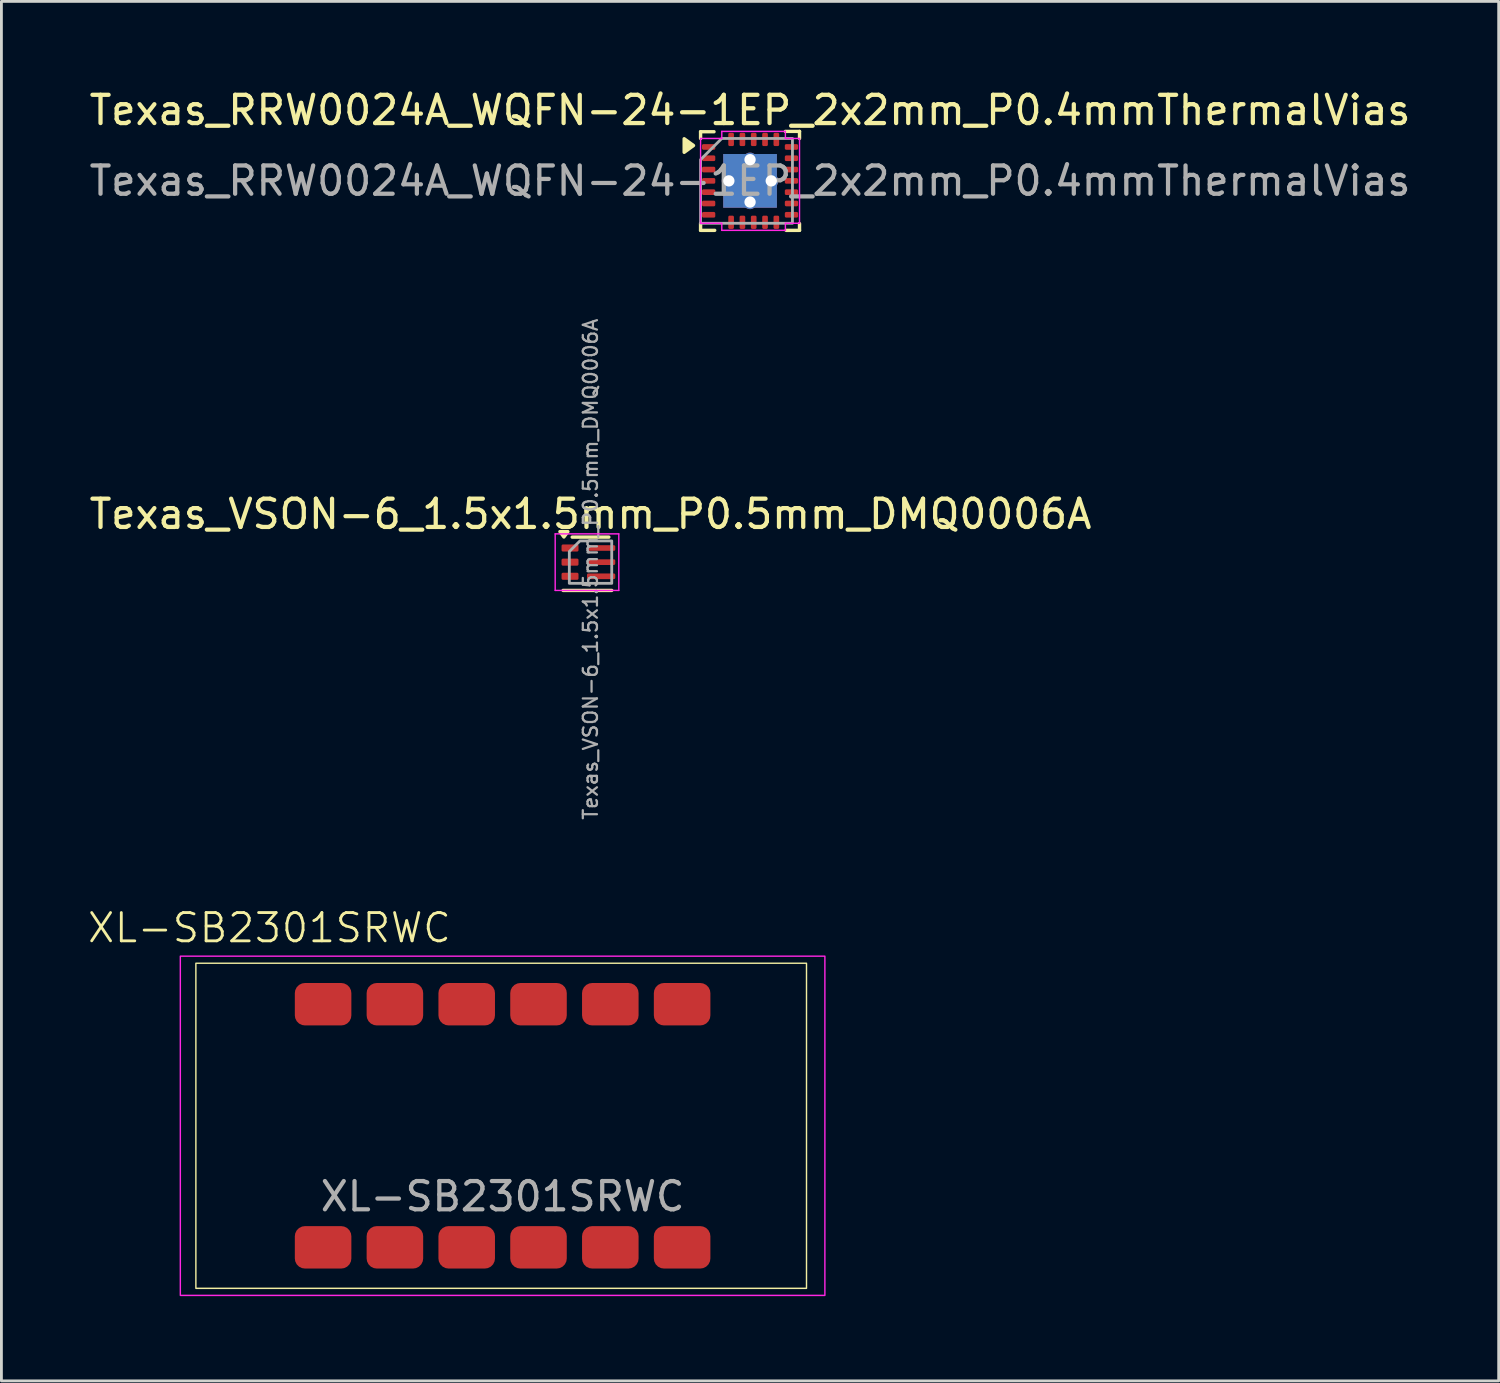
<source format=kicad_pcb>
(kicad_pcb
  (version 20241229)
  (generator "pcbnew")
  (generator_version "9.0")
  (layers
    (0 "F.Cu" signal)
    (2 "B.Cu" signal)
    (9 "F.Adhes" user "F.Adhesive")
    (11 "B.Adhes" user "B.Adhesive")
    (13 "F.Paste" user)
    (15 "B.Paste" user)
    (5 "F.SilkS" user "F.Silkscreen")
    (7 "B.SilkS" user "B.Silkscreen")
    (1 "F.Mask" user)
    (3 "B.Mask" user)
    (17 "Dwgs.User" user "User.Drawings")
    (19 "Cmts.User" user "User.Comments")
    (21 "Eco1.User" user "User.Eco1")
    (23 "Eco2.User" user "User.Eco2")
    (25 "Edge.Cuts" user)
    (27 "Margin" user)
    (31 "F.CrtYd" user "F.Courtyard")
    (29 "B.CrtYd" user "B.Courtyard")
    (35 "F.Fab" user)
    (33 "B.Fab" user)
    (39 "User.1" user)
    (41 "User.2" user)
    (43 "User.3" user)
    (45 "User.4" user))
  (footprint "Texas_RRW0024A_WQFN-24-1EP_2x2mm_P0.4mmThermalVias"
    (layer "F.Cu")
    (at 23.482 3.348)
    (property "Reference" "Texas_RRW0024A_WQFN-24-1EP_2x2mm_P0.4mmThermalVias" (at 0 -2.5 0) (layer "F.SilkS") (effects (font (size 1 1) (thickness 0.15))))
    (attr smd)
    (fp_line (start -1.75 -1.738) (end -1.275 -1.738) (stroke (width 0.12) (type solid)) (layer "F.SilkS"))
    (fp_line (start -1.75 -1.5) (end -1.75 -1.738) (stroke (width 0.12) (type solid)) (layer "F.SilkS"))
    (fp_line (start -1.75 1.75) (end -1.75 1.5) (stroke (width 0.12) (type solid)) (layer "F.SilkS"))
    (fp_line (start -1.25 1.75) (end -1.75 1.75) (stroke (width 0.12) (type solid)) (layer "F.SilkS"))
    (fp_line (start 1.25 -1.75) (end 1.75 -1.75) (stroke (width 0.12) (type solid)) (layer "F.SilkS"))
    (fp_line (start 1.75 -1.75) (end 1.75 -1.5) (stroke (width 0.12) (type solid)) (layer "F.SilkS"))
    (fp_line (start 1.75 1.512) (end 1.75 1.75) (stroke (width 0.12) (type solid)) (layer "F.SilkS"))
    (fp_line (start 1.75 1.75) (end 1.275 1.75) (stroke (width 0.12) (type solid)) (layer "F.SilkS"))
    (fp_poly (pts (xy -2 -1.25) (xy -2.33 -1.01) (xy -2.33 -1.49)) (stroke (width 0.12) (type solid)) (fill yes) (layer "F.SilkS"))
    (fp_line (start -1.75 -1.5) (end -1 -1.5) (stroke (width 0.05) (type default)) (layer "F.CrtYd"))
    (fp_line (start -1.75 1.5) (end -1.75 -1.5) (stroke (width 0.05) (type default)) (layer "F.CrtYd"))
    (fp_line (start -1 -1.75) (end 1.25 -1.75) (stroke (width 0.05) (type default)) (layer "F.CrtYd"))
    (fp_line (start -1 -1.5) (end -1 -1.75) (stroke (width 0.05) (type default)) (layer "F.CrtYd"))
    (fp_line (start -1 1.5) (end -1.75 1.5) (stroke (width 0.05) (type default)) (layer "F.CrtYd"))
    (fp_line (start -1 1.75) (end -1 1.5) (stroke (width 0.05) (type default)) (layer "F.CrtYd"))
    (fp_line (start 1.25 -1.75) (end 1.25 -1.5) (stroke (width 0.05) (type default)) (layer "F.CrtYd"))
    (fp_line (start 1.25 -1.5) (end 1.75 -1.5) (stroke (width 0.05) (type default)) (layer "F.CrtYd"))
    (fp_line (start 1.25 1.5) (end 1.25 1.75) (stroke (width 0.05) (type default)) (layer "F.CrtYd"))
    (fp_line (start 1.25 1.75) (end -1 1.75) (stroke (width 0.05) (type default)) (layer "F.CrtYd"))
    (fp_line (start 1.75 -1.5) (end 1.75 1.5) (stroke (width 0.05) (type default)) (layer "F.CrtYd"))
    (fp_line (start 1.75 1.5) (end 1.25 1.5) (stroke (width 0.05) (type default)) (layer "F.CrtYd"))
    (fp_poly (pts (xy -1.75 -0.75) (xy -1.75 1.5) (xy 1.5 1.5) (xy 1.5 -1.5) (xy -1 -1.5)) (stroke (width 0.1) (type solid)) (fill no) (layer "F.Fab"))
    (fp_text user "${REFERENCE}" (at 0 0 0) (layer "F.Fab") (effects (font (size 1 1) (thickness 0.15))))
    (pad "" smd roundrect (at -0.525 -0.525) (size 0.85 0.85) (layers "F.Paste") (roundrect_rratio 0.25))
    (pad "" smd roundrect (at -0.525 0.525) (size 0.85 0.85) (layers "F.Paste") (roundrect_rratio 0.25))
    (pad "" smd roundrect (at 0.525 -0.525) (size 0.85 0.85) (layers "F.Paste") (roundrect_rratio 0.25))
    (pad "" smd roundrect (at 0.525 0.525) (size 0.85 0.85) (layers "F.Paste") (roundrect_rratio 0.25))
    (pad "1" smd roundrect (at -1.465 -1.2) (size 0.47 0.2) (layers "F.Cu" "F.Mask" "F.Paste") (roundrect_rratio 0.25))
    (pad "2" smd roundrect (at -1.465 -0.8) (size 0.47 0.2) (layers "F.Cu" "F.Mask" "F.Paste") (roundrect_rratio 0.25))
    (pad "3" smd roundrect (at -1.465 -0.4) (size 0.47 0.2) (layers "F.Cu" "F.Mask" "F.Paste") (roundrect_rratio 0.25))
    (pad "4" smd roundrect (at -1.465 0) (size 0.47 0.2) (layers "F.Cu" "F.Mask" "F.Paste") (roundrect_rratio 0.25))
    (pad "5" smd roundrect (at -1.465 0.4) (size 0.47 0.2) (layers "F.Cu" "F.Mask" "F.Paste") (roundrect_rratio 0.25))
    (pad "6" smd roundrect (at -1.465 0.8) (size 0.47 0.2) (layers "F.Cu" "F.Mask" "F.Paste") (roundrect_rratio 0.25))
    (pad "7" smd roundrect (at -1.465 1.2 180) (size 0.47 0.2) (layers "F.Cu" "F.Mask" "F.Paste") (roundrect_rratio 0.25))
    (pad "8" smd roundrect (at -0.67 1.465 90) (size 0.47 0.2) (layers "F.Cu" "F.Mask" "F.Paste") (roundrect_rratio 0.25))
    (pad "9" smd roundrect (at -0.27 1.465 90) (size 0.47 0.2) (layers "F.Cu" "F.Mask" "F.Paste") (roundrect_rratio 0.25))
    (pad "10" smd roundrect (at 0.13 1.465 90) (size 0.47 0.2) (layers "F.Cu" "F.Mask" "F.Paste") (roundrect_rratio 0.25))
    (pad "11" smd roundrect (at 0.53 1.465 90) (size 0.47 0.2) (layers "F.Cu" "F.Mask" "F.Paste") (roundrect_rratio 0.25))
    (pad "12" smd roundrect (at 0.93 1.465 90) (size 0.47 0.2) (layers "F.Cu" "F.Mask" "F.Paste") (roundrect_rratio 0.25))
    (pad "13" smd roundrect (at 1.465 1.2) (size 0.47 0.2) (layers "F.Cu" "F.Mask" "F.Paste") (roundrect_rratio 0.25))
    (pad "14" smd roundrect (at 1.465 0.8) (size 0.47 0.2) (layers "F.Cu" "F.Mask" "F.Paste") (roundrect_rratio 0.25))
    (pad "15" smd roundrect (at 1.465 0.4) (size 0.47 0.2) (layers "F.Cu" "F.Mask" "F.Paste") (roundrect_rratio 0.25))
    (pad "16" smd roundrect (at 1.465 0) (size 0.47 0.2) (layers "F.Cu" "F.Mask" "F.Paste") (roundrect_rratio 0.25))
    (pad "17" smd roundrect (at 1.465 -0.4) (size 0.47 0.2) (layers "F.Cu" "F.Mask" "F.Paste") (roundrect_rratio 0.25))
    (pad "18" smd roundrect (at 1.465 -0.8) (size 0.47 0.2) (layers "F.Cu" "F.Mask" "F.Paste") (roundrect_rratio 0.25))
    (pad "19" smd roundrect (at 1.465 -1.2 180) (size 0.47 0.2) (layers "F.Cu" "F.Mask" "F.Paste") (roundrect_rratio 0.25))
    (pad "20" smd roundrect (at 0.93 -1.465 90) (size 0.47 0.2) (layers "F.Cu" "F.Mask" "F.Paste") (roundrect_rratio 0.25))
    (pad "21" smd roundrect (at 0.53 -1.465 90) (size 0.47 0.2) (layers "F.Cu" "F.Mask" "F.Paste") (roundrect_rratio 0.25))
    (pad "22" smd roundrect (at 0.13 -1.465 90) (size 0.47 0.2) (layers "F.Cu" "F.Mask" "F.Paste") (roundrect_rratio 0.25))
    (pad "23" smd roundrect (at -0.27 -1.465 90) (size 0.47 0.2) (layers "F.Cu" "F.Mask" "F.Paste") (roundrect_rratio 0.25))
    (pad "24" smd roundrect (at -0.67 -1.465 90) (size 0.47 0.2) (layers "F.Cu" "F.Mask" "F.Paste") (roundrect_rratio 0.25))
    (pad "25" thru_hole circle (at -0.75 0) (size 0.5 0.5) (drill 0.4) (property pad_prop_heatsink) (layers "*.Cu"))
    (pad "25" thru_hole circle (at 0 -0.75) (size 0.5 0.5) (drill 0.4) (property pad_prop_heatsink) (layers "*.Cu"))
    (pad "25" smd rect (at 0 0) (size 1.9 1.9) (property pad_prop_heatsink) (layers "F.Cu" "F.Mask"))
    (pad "25" smd rect (at 0 0) (size 1.9 1.9) (property pad_prop_heatsink) (layers "B.Cu"))
    (pad "25" thru_hole circle (at 0 0.75) (size 0.5 0.5) (drill 0.4) (property pad_prop_heatsink) (layers "*.Cu"))
    (pad "25" thru_hole circle (at 0.75 0) (size 0.5 0.5) (drill 0.4) (property pad_prop_heatsink) (layers "*.Cu")))
  (footprint "Texas_VSON-6_1.5x1.5mm_P0.5mm_DMQ0006A"
    (layer "F.Cu")
    (at 17.839 17.085)
    (property "Reference" "Texas_VSON-6_1.5x1.5mm_P0.5mm_DMQ0006A" (at 0 -1.95 0) (layer "F.SilkS") (effects (font (size 1 1) (thickness 0.15))))
    (attr smd)
    (fp_line (start -0.648 -1.135) (end 0.648 -1.135) (stroke (width 0.12) (type solid)) (layer "F.SilkS"))
    (fp_line (start 0.75 0.75) (end -0.97 0.75) (stroke (width 0.12) (type solid)) (layer "F.SilkS"))
    (fp_poly (pts (xy -0.942 -1.14) (xy -1.082 -1.33) (xy -0.802 -1.33)) (stroke (width 0.12) (type solid)) (fill yes) (layer "F.SilkS"))
    (fp_line (start -1.25 -1.25) (end 1 -1.25) (stroke (width 0.05) (type solid)) (layer "F.CrtYd"))
    (fp_line (start -1.25 0.75) (end -1.25 -1.25) (stroke (width 0.05) (type solid)) (layer "F.CrtYd"))
    (fp_line (start 1 -1.25) (end 1 0.75) (stroke (width 0.05) (type solid)) (layer "F.CrtYd"))
    (fp_line (start 1 0.75) (end -1.25 0.75) (stroke (width 0.05) (type solid)) (layer "F.CrtYd"))
    (fp_poly (pts (xy -0.75 -0.625) (xy -0.75 0.5) (xy 0.75 0.5) (xy 0.75 -1) (xy -0.375 -1)) (stroke (width 0.1) (type solid)) (fill no) (layer "F.Fab"))
    (fp_text user "${REFERENCE}" (at 0 0 90) (layer "F.Fab") (effects (font (size 0.5 0.5) (thickness 0.08))))
    (pad "1" smd roundrect (at -0.725 -0.75) (size 0.6 0.25) (layers "F.Cu" "F.Mask" "F.Paste") (roundrect_rratio 0.2))
    (pad "2" smd roundrect (at -0.725 -0.25) (size 0.6 0.25) (layers "F.Cu" "F.Mask" "F.Paste") (roundrect_rratio 0.2))
    (pad "3" smd roundrect (at -0.725 0.25) (size 0.6 0.25) (layers "F.Cu" "F.Mask" "F.Paste") (roundrect_rratio 0.2))
    (pad "4" smd roundrect (at 0.375 0.25) (size 1 0.2) (layers "F.Cu" "F.Mask" "F.Paste") (roundrect_rratio 0.25))
    (pad "5" smd roundrect (at 0.375 -0.25) (size 1 0.2) (layers "F.Cu" "F.Mask" "F.Paste") (roundrect_rratio 0.25))
    (pad "6" smd roundrect (at 0.375 -0.75) (size 1 0.2) (layers "F.Cu" "F.Mask" "F.Paste") (roundrect_rratio 0.25)))
  (footprint "XL-SB2301SRWC"
    (layer "F.Cu")
    (at 14.729 36.773)
    (property "Reference" "XL-SB2301SRWC" (at -8.25 -7 0) (unlocked yes) (layer "F.SilkS") (effects (font (size 1 1) (thickness 0.1))))
    (attr smd)
    (fp_rect (start 10.75 -5.75) (end -10.85 5.75) (stroke (width 0.05) (type solid)) (fill no) (layer "F.SilkS"))
    (fp_rect (start 11.4 -6) (end -11.4 6) (stroke (width 0.05) (type solid)) (fill no) (layer "F.CrtYd"))
    (fp_text user "${REFERENCE}" (at 0 2.5 0) (unlocked yes) (layer "F.Fab") (effects (font (size 1 1) (thickness 0.15))))
    (pad "1" smd roundrect (at -6.35 4.3) (size 2 1.5) (layers "F.Cu" "F.Mask" "F.Paste") (roundrect_rratio 0.238))
    (pad "2" smd roundrect (at -3.81 4.3) (size 2 1.5) (layers "F.Cu" "F.Mask" "F.Paste") (roundrect_rratio 0.238))
    (pad "3" smd roundrect (at -1.27 4.3) (size 2 1.5) (layers "F.Cu" "F.Mask" "F.Paste") (roundrect_rratio 0.238))
    (pad "4" smd roundrect (at 1.27 4.3) (size 2 1.5) (layers "F.Cu" "F.Mask" "F.Paste") (roundrect_rratio 0.238))
    (pad "5" smd roundrect (at 3.81 4.3) (size 2 1.5) (layers "F.Cu" "F.Mask" "F.Paste") (roundrect_rratio 0.238))
    (pad "6" smd roundrect (at 6.35 4.3) (size 2 1.5) (layers "F.Cu" "F.Mask" "F.Paste") (roundrect_rratio 0.238))
    (pad "7" smd roundrect (at 6.35 -4.3) (size 2 1.5) (layers "F.Cu" "F.Mask" "F.Paste") (roundrect_rratio 0.238))
    (pad "8" smd roundrect (at 3.81 -4.3) (size 2 1.5) (layers "F.Cu" "F.Mask" "F.Paste") (roundrect_rratio 0.238))
    (pad "9" smd roundrect (at 1.27 -4.3) (size 2 1.5) (layers "F.Cu" "F.Mask" "F.Paste") (roundrect_rratio 0.238))
    (pad "10" smd roundrect (at -1.27 -4.3) (size 2 1.5) (layers "F.Cu" "F.Mask" "F.Paste") (roundrect_rratio 0.238))
    (pad "11" smd roundrect (at -3.81 -4.3) (size 2 1.5) (layers "F.Cu" "F.Mask" "F.Paste") (roundrect_rratio 0.238))
    (pad "12" smd roundrect (at -6.35 -4.3) (size 2 1.5) (layers "F.Cu" "F.Mask" "F.Paste") (roundrect_rratio 0.238)))
  (gr_rect
    (start -3 -3)
    (end 49.964 45.798)
    (stroke (width 0.1) (type default))
    (fill no)
    (layer "Edge.Cuts")))
</source>
